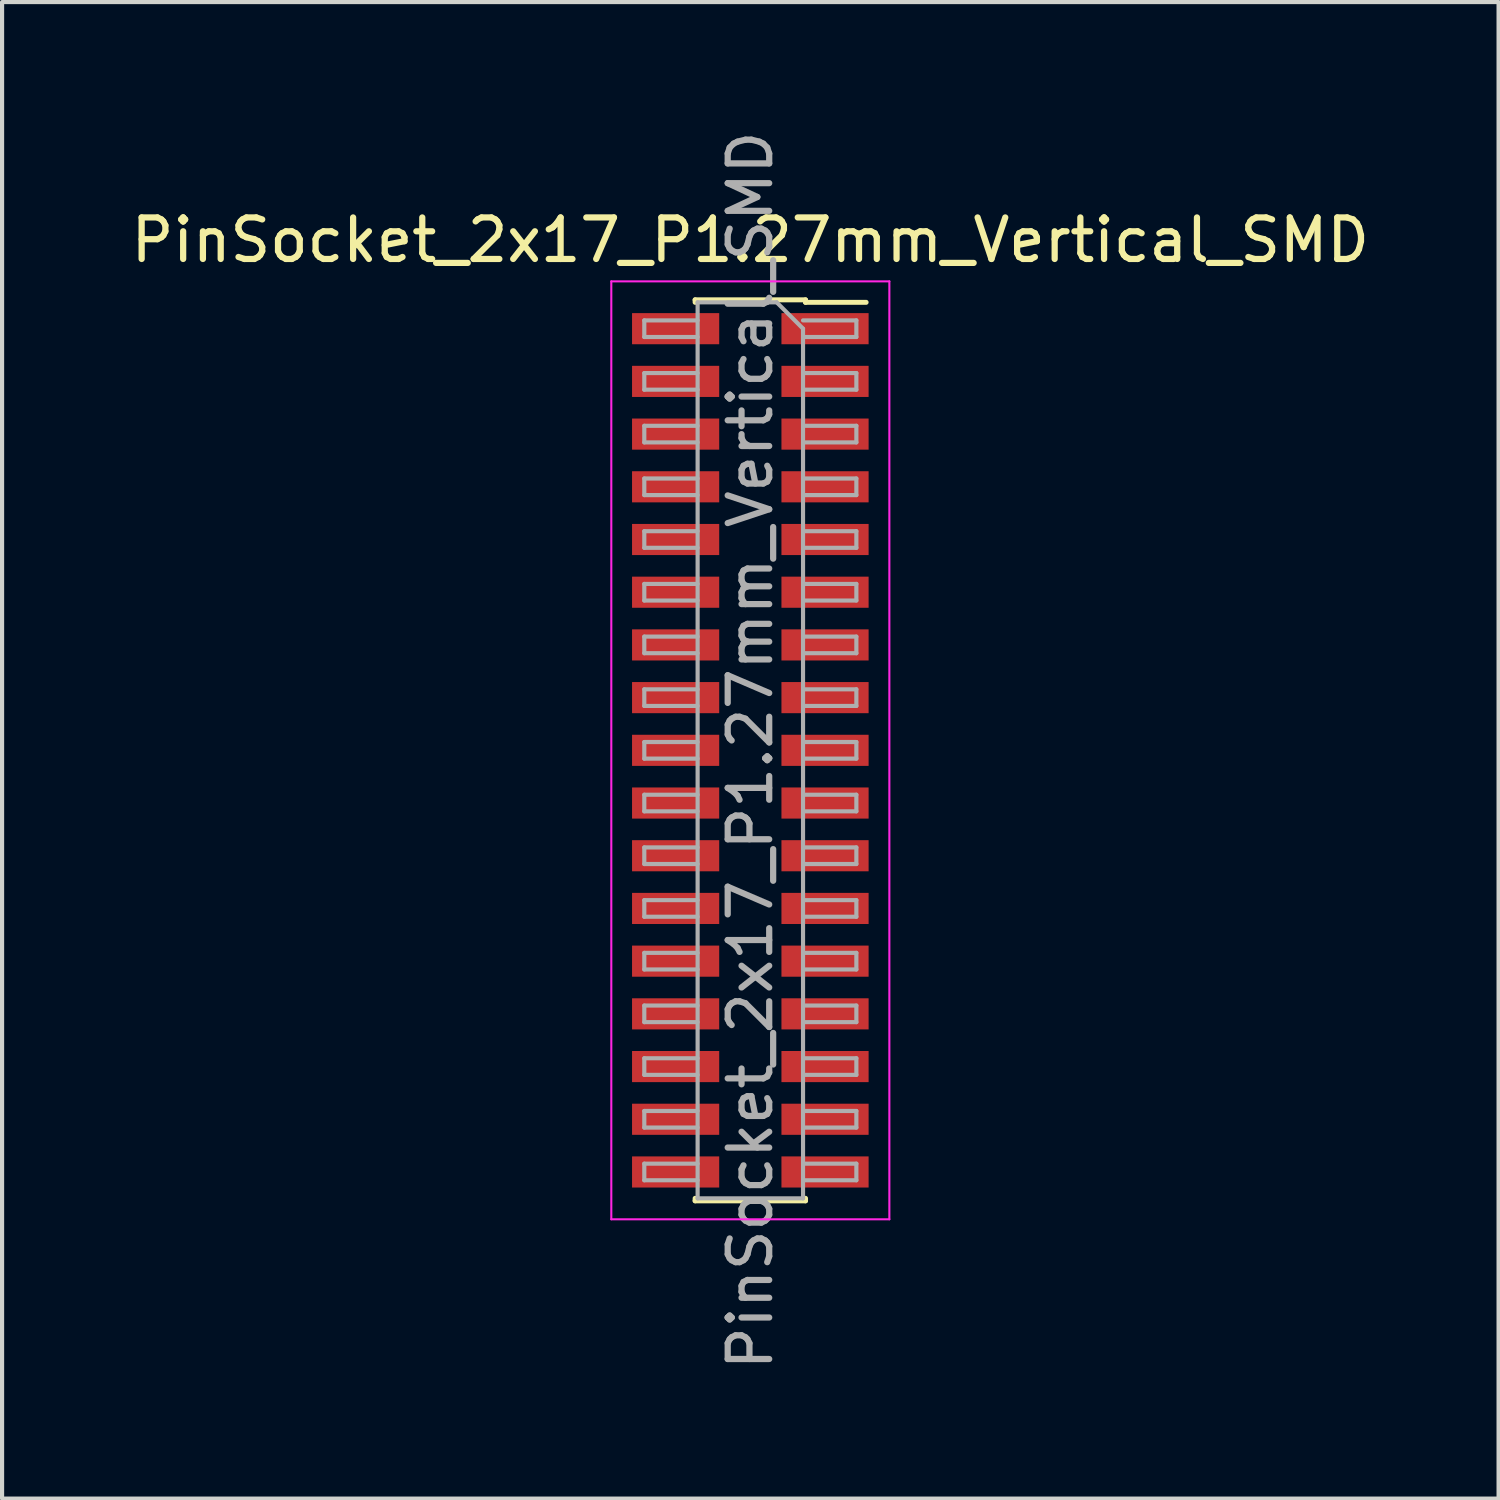
<source format=kicad_pcb>
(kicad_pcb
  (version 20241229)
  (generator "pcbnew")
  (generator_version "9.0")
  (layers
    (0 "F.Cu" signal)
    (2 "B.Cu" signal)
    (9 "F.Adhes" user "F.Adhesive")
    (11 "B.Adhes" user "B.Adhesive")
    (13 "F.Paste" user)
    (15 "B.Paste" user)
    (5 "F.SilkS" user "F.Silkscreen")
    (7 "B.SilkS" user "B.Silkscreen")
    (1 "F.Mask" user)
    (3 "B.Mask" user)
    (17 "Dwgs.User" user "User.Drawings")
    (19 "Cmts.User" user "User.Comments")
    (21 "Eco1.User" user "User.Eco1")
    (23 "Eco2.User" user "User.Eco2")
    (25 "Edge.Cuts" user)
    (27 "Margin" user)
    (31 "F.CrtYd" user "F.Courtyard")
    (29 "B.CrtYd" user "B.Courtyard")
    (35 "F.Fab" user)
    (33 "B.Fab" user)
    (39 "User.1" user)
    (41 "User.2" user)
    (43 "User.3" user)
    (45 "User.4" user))
  (footprint "PinSocket_2x17_P1.27mm_Vertical_SMD"
    (layer "F.Cu")
    (at 15.03 15.03)
    (property "Reference" "PinSocket_2x17_P1.27mm_Vertical_SMD" (at 0 -12.295 0) (layer "F.SilkS") (effects (font (size 1 1) (thickness 0.15))))
    (attr smd)
    (fp_line (start -1.33 -10.855) (end -1.33 -10.795) (stroke (width 0.12) (type solid)) (layer "F.SilkS"))
    (fp_line (start -1.33 -10.855) (end 1.33 -10.855) (stroke (width 0.12) (type solid)) (layer "F.SilkS"))
    (fp_line (start -1.33 10.795) (end -1.33 10.855) (stroke (width 0.12) (type solid)) (layer "F.SilkS"))
    (fp_line (start -1.33 10.855) (end 1.33 10.855) (stroke (width 0.12) (type solid)) (layer "F.SilkS"))
    (fp_line (start 1.33 -10.855) (end 1.33 -10.795) (stroke (width 0.12) (type solid)) (layer "F.SilkS"))
    (fp_line (start 1.33 -10.795) (end 2.79 -10.795) (stroke (width 0.12) (type solid)) (layer "F.SilkS"))
    (fp_line (start 1.33 10.795) (end 1.33 10.855) (stroke (width 0.12) (type solid)) (layer "F.SilkS"))
    (fp_line (start -3.35 -11.3) (end 3.35 -11.3) (stroke (width 0.05) (type solid)) (layer "F.CrtYd"))
    (fp_line (start -3.35 11.3) (end -3.35 -11.3) (stroke (width 0.05) (type solid)) (layer "F.CrtYd"))
    (fp_line (start 3.35 -11.3) (end 3.35 11.3) (stroke (width 0.05) (type solid)) (layer "F.CrtYd"))
    (fp_line (start 3.35 11.3) (end -3.35 11.3) (stroke (width 0.05) (type solid)) (layer "F.CrtYd"))
    (fp_line (start -2.555 -10.36) (end -1.27 -10.36) (stroke (width 0.1) (type solid)) (layer "F.Fab"))
    (fp_line (start -2.555 -9.96) (end -2.555 -10.36) (stroke (width 0.1) (type solid)) (layer "F.Fab"))
    (fp_line (start -2.555 -9.09) (end -1.27 -9.09) (stroke (width 0.1) (type solid)) (layer "F.Fab"))
    (fp_line (start -2.555 -8.69) (end -2.555 -9.09) (stroke (width 0.1) (type solid)) (layer "F.Fab"))
    (fp_line (start -2.555 -7.82) (end -1.27 -7.82) (stroke (width 0.1) (type solid)) (layer "F.Fab"))
    (fp_line (start -2.555 -7.42) (end -2.555 -7.82) (stroke (width 0.1) (type solid)) (layer "F.Fab"))
    (fp_line (start -2.555 -6.55) (end -1.27 -6.55) (stroke (width 0.1) (type solid)) (layer "F.Fab"))
    (fp_line (start -2.555 -6.15) (end -2.555 -6.55) (stroke (width 0.1) (type solid)) (layer "F.Fab"))
    (fp_line (start -2.555 -5.28) (end -1.27 -5.28) (stroke (width 0.1) (type solid)) (layer "F.Fab"))
    (fp_line (start -2.555 -4.88) (end -2.555 -5.28) (stroke (width 0.1) (type solid)) (layer "F.Fab"))
    (fp_line (start -2.555 -4.01) (end -1.27 -4.01) (stroke (width 0.1) (type solid)) (layer "F.Fab"))
    (fp_line (start -2.555 -3.61) (end -2.555 -4.01) (stroke (width 0.1) (type solid)) (layer "F.Fab"))
    (fp_line (start -2.555 -2.74) (end -1.27 -2.74) (stroke (width 0.1) (type solid)) (layer "F.Fab"))
    (fp_line (start -2.555 -2.34) (end -2.555 -2.74) (stroke (width 0.1) (type solid)) (layer "F.Fab"))
    (fp_line (start -2.555 -1.47) (end -1.27 -1.47) (stroke (width 0.1) (type solid)) (layer "F.Fab"))
    (fp_line (start -2.555 -1.07) (end -2.555 -1.47) (stroke (width 0.1) (type solid)) (layer "F.Fab"))
    (fp_line (start -2.555 -0.2) (end -1.27 -0.2) (stroke (width 0.1) (type solid)) (layer "F.Fab"))
    (fp_line (start -2.555 0.2) (end -2.555 -0.2) (stroke (width 0.1) (type solid)) (layer "F.Fab"))
    (fp_line (start -2.555 1.07) (end -1.27 1.07) (stroke (width 0.1) (type solid)) (layer "F.Fab"))
    (fp_line (start -2.555 1.47) (end -2.555 1.07) (stroke (width 0.1) (type solid)) (layer "F.Fab"))
    (fp_line (start -2.555 2.34) (end -1.27 2.34) (stroke (width 0.1) (type solid)) (layer "F.Fab"))
    (fp_line (start -2.555 2.74) (end -2.555 2.34) (stroke (width 0.1) (type solid)) (layer "F.Fab"))
    (fp_line (start -2.555 3.61) (end -1.27 3.61) (stroke (width 0.1) (type solid)) (layer "F.Fab"))
    (fp_line (start -2.555 4.01) (end -2.555 3.61) (stroke (width 0.1) (type solid)) (layer "F.Fab"))
    (fp_line (start -2.555 4.88) (end -1.27 4.88) (stroke (width 0.1) (type solid)) (layer "F.Fab"))
    (fp_line (start -2.555 5.28) (end -2.555 4.88) (stroke (width 0.1) (type solid)) (layer "F.Fab"))
    (fp_line (start -2.555 6.15) (end -1.27 6.15) (stroke (width 0.1) (type solid)) (layer "F.Fab"))
    (fp_line (start -2.555 6.55) (end -2.555 6.15) (stroke (width 0.1) (type solid)) (layer "F.Fab"))
    (fp_line (start -2.555 7.42) (end -1.27 7.42) (stroke (width 0.1) (type solid)) (layer "F.Fab"))
    (fp_line (start -2.555 7.82) (end -2.555 7.42) (stroke (width 0.1) (type solid)) (layer "F.Fab"))
    (fp_line (start -2.555 8.69) (end -1.27 8.69) (stroke (width 0.1) (type solid)) (layer "F.Fab"))
    (fp_line (start -2.555 9.09) (end -2.555 8.69) (stroke (width 0.1) (type solid)) (layer "F.Fab"))
    (fp_line (start -2.555 9.96) (end -1.27 9.96) (stroke (width 0.1) (type solid)) (layer "F.Fab"))
    (fp_line (start -2.555 10.36) (end -2.555 9.96) (stroke (width 0.1) (type solid)) (layer "F.Fab"))
    (fp_line (start -1.27 -10.795) (end 0.635 -10.795) (stroke (width 0.1) (type solid)) (layer "F.Fab"))
    (fp_line (start -1.27 -9.96) (end -2.555 -9.96) (stroke (width 0.1) (type solid)) (layer "F.Fab"))
    (fp_line (start -1.27 -8.69) (end -2.555 -8.69) (stroke (width 0.1) (type solid)) (layer "F.Fab"))
    (fp_line (start -1.27 -7.42) (end -2.555 -7.42) (stroke (width 0.1) (type solid)) (layer "F.Fab"))
    (fp_line (start -1.27 -6.15) (end -2.555 -6.15) (stroke (width 0.1) (type solid)) (layer "F.Fab"))
    (fp_line (start -1.27 -4.88) (end -2.555 -4.88) (stroke (width 0.1) (type solid)) (layer "F.Fab"))
    (fp_line (start -1.27 -3.61) (end -2.555 -3.61) (stroke (width 0.1) (type solid)) (layer "F.Fab"))
    (fp_line (start -1.27 -2.34) (end -2.555 -2.34) (stroke (width 0.1) (type solid)) (layer "F.Fab"))
    (fp_line (start -1.27 -1.07) (end -2.555 -1.07) (stroke (width 0.1) (type solid)) (layer "F.Fab"))
    (fp_line (start -1.27 0.2) (end -2.555 0.2) (stroke (width 0.1) (type solid)) (layer "F.Fab"))
    (fp_line (start -1.27 1.47) (end -2.555 1.47) (stroke (width 0.1) (type solid)) (layer "F.Fab"))
    (fp_line (start -1.27 2.74) (end -2.555 2.74) (stroke (width 0.1) (type solid)) (layer "F.Fab"))
    (fp_line (start -1.27 4.01) (end -2.555 4.01) (stroke (width 0.1) (type solid)) (layer "F.Fab"))
    (fp_line (start -1.27 5.28) (end -2.555 5.28) (stroke (width 0.1) (type solid)) (layer "F.Fab"))
    (fp_line (start -1.27 6.55) (end -2.555 6.55) (stroke (width 0.1) (type solid)) (layer "F.Fab"))
    (fp_line (start -1.27 7.82) (end -2.555 7.82) (stroke (width 0.1) (type solid)) (layer "F.Fab"))
    (fp_line (start -1.27 9.09) (end -2.555 9.09) (stroke (width 0.1) (type solid)) (layer "F.Fab"))
    (fp_line (start -1.27 10.36) (end -2.555 10.36) (stroke (width 0.1) (type solid)) (layer "F.Fab"))
    (fp_line (start -1.27 10.795) (end -1.27 -10.795) (stroke (width 0.1) (type solid)) (layer "F.Fab"))
    (fp_line (start 0.635 -10.795) (end 1.27 -10.16) (stroke (width 0.1) (type solid)) (layer "F.Fab"))
    (fp_line (start 1.27 -10.36) (end 2.555 -10.36) (stroke (width 0.1) (type solid)) (layer "F.Fab"))
    (fp_line (start 1.27 -10.16) (end 1.27 10.795) (stroke (width 0.1) (type solid)) (layer "F.Fab"))
    (fp_line (start 1.27 -9.09) (end 2.555 -9.09) (stroke (width 0.1) (type solid)) (layer "F.Fab"))
    (fp_line (start 1.27 -7.82) (end 2.555 -7.82) (stroke (width 0.1) (type solid)) (layer "F.Fab"))
    (fp_line (start 1.27 -6.55) (end 2.555 -6.55) (stroke (width 0.1) (type solid)) (layer "F.Fab"))
    (fp_line (start 1.27 -5.28) (end 2.555 -5.28) (stroke (width 0.1) (type solid)) (layer "F.Fab"))
    (fp_line (start 1.27 -4.01) (end 2.555 -4.01) (stroke (width 0.1) (type solid)) (layer "F.Fab"))
    (fp_line (start 1.27 -2.74) (end 2.555 -2.74) (stroke (width 0.1) (type solid)) (layer "F.Fab"))
    (fp_line (start 1.27 -1.47) (end 2.555 -1.47) (stroke (width 0.1) (type solid)) (layer "F.Fab"))
    (fp_line (start 1.27 -0.2) (end 2.555 -0.2) (stroke (width 0.1) (type solid)) (layer "F.Fab"))
    (fp_line (start 1.27 1.07) (end 2.555 1.07) (stroke (width 0.1) (type solid)) (layer "F.Fab"))
    (fp_line (start 1.27 2.34) (end 2.555 2.34) (stroke (width 0.1) (type solid)) (layer "F.Fab"))
    (fp_line (start 1.27 3.61) (end 2.555 3.61) (stroke (width 0.1) (type solid)) (layer "F.Fab"))
    (fp_line (start 1.27 4.88) (end 2.555 4.88) (stroke (width 0.1) (type solid)) (layer "F.Fab"))
    (fp_line (start 1.27 6.15) (end 2.555 6.15) (stroke (width 0.1) (type solid)) (layer "F.Fab"))
    (fp_line (start 1.27 7.42) (end 2.555 7.42) (stroke (width 0.1) (type solid)) (layer "F.Fab"))
    (fp_line (start 1.27 8.69) (end 2.555 8.69) (stroke (width 0.1) (type solid)) (layer "F.Fab"))
    (fp_line (start 1.27 9.96) (end 2.555 9.96) (stroke (width 0.1) (type solid)) (layer "F.Fab"))
    (fp_line (start 1.27 10.795) (end -1.27 10.795) (stroke (width 0.1) (type solid)) (layer "F.Fab"))
    (fp_line (start 2.555 -10.36) (end 2.555 -9.96) (stroke (width 0.1) (type solid)) (layer "F.Fab"))
    (fp_line (start 2.555 -9.96) (end 1.27 -9.96) (stroke (width 0.1) (type solid)) (layer "F.Fab"))
    (fp_line (start 2.555 -9.09) (end 2.555 -8.69) (stroke (width 0.1) (type solid)) (layer "F.Fab"))
    (fp_line (start 2.555 -8.69) (end 1.27 -8.69) (stroke (width 0.1) (type solid)) (layer "F.Fab"))
    (fp_line (start 2.555 -7.82) (end 2.555 -7.42) (stroke (width 0.1) (type solid)) (layer "F.Fab"))
    (fp_line (start 2.555 -7.42) (end 1.27 -7.42) (stroke (width 0.1) (type solid)) (layer "F.Fab"))
    (fp_line (start 2.555 -6.55) (end 2.555 -6.15) (stroke (width 0.1) (type solid)) (layer "F.Fab"))
    (fp_line (start 2.555 -6.15) (end 1.27 -6.15) (stroke (width 0.1) (type solid)) (layer "F.Fab"))
    (fp_line (start 2.555 -5.28) (end 2.555 -4.88) (stroke (width 0.1) (type solid)) (layer "F.Fab"))
    (fp_line (start 2.555 -4.88) (end 1.27 -4.88) (stroke (width 0.1) (type solid)) (layer "F.Fab"))
    (fp_line (start 2.555 -4.01) (end 2.555 -3.61) (stroke (width 0.1) (type solid)) (layer "F.Fab"))
    (fp_line (start 2.555 -3.61) (end 1.27 -3.61) (stroke (width 0.1) (type solid)) (layer "F.Fab"))
    (fp_line (start 2.555 -2.74) (end 2.555 -2.34) (stroke (width 0.1) (type solid)) (layer "F.Fab"))
    (fp_line (start 2.555 -2.34) (end 1.27 -2.34) (stroke (width 0.1) (type solid)) (layer "F.Fab"))
    (fp_line (start 2.555 -1.47) (end 2.555 -1.07) (stroke (width 0.1) (type solid)) (layer "F.Fab"))
    (fp_line (start 2.555 -1.07) (end 1.27 -1.07) (stroke (width 0.1) (type solid)) (layer "F.Fab"))
    (fp_line (start 2.555 -0.2) (end 2.555 0.2) (stroke (width 0.1) (type solid)) (layer "F.Fab"))
    (fp_line (start 2.555 0.2) (end 1.27 0.2) (stroke (width 0.1) (type solid)) (layer "F.Fab"))
    (fp_line (start 2.555 1.07) (end 2.555 1.47) (stroke (width 0.1) (type solid)) (layer "F.Fab"))
    (fp_line (start 2.555 1.47) (end 1.27 1.47) (stroke (width 0.1) (type solid)) (layer "F.Fab"))
    (fp_line (start 2.555 2.34) (end 2.555 2.74) (stroke (width 0.1) (type solid)) (layer "F.Fab"))
    (fp_line (start 2.555 2.74) (end 1.27 2.74) (stroke (width 0.1) (type solid)) (layer "F.Fab"))
    (fp_line (start 2.555 3.61) (end 2.555 4.01) (stroke (width 0.1) (type solid)) (layer "F.Fab"))
    (fp_line (start 2.555 4.01) (end 1.27 4.01) (stroke (width 0.1) (type solid)) (layer "F.Fab"))
    (fp_line (start 2.555 4.88) (end 2.555 5.28) (stroke (width 0.1) (type solid)) (layer "F.Fab"))
    (fp_line (start 2.555 5.28) (end 1.27 5.28) (stroke (width 0.1) (type solid)) (layer "F.Fab"))
    (fp_line (start 2.555 6.15) (end 2.555 6.55) (stroke (width 0.1) (type solid)) (layer "F.Fab"))
    (fp_line (start 2.555 6.55) (end 1.27 6.55) (stroke (width 0.1) (type solid)) (layer "F.Fab"))
    (fp_line (start 2.555 7.42) (end 2.555 7.82) (stroke (width 0.1) (type solid)) (layer "F.Fab"))
    (fp_line (start 2.555 7.82) (end 1.27 7.82) (stroke (width 0.1) (type solid)) (layer "F.Fab"))
    (fp_line (start 2.555 8.69) (end 2.555 9.09) (stroke (width 0.1) (type solid)) (layer "F.Fab"))
    (fp_line (start 2.555 9.09) (end 1.27 9.09) (stroke (width 0.1) (type solid)) (layer "F.Fab"))
    (fp_line (start 2.555 9.96) (end 2.555 10.36) (stroke (width 0.1) (type solid)) (layer "F.Fab"))
    (fp_line (start 2.555 10.36) (end 1.27 10.36) (stroke (width 0.1) (type solid)) (layer "F.Fab"))
    (fp_text user "${REFERENCE}" (at 0 0 90) (layer "F.Fab") (effects (font (size 1 1) (thickness 0.15))))
    (pad "1" smd rect (at 1.8 -10.16) (size 2.1 0.75) (layers "F.Cu" "F.Mask" "F.Paste"))
    (pad "2" smd rect (at -1.8 -10.16) (size 2.1 0.75) (layers "F.Cu" "F.Mask" "F.Paste"))
    (pad "3" smd rect (at 1.8 -8.89) (size 2.1 0.75) (layers "F.Cu" "F.Mask" "F.Paste"))
    (pad "4" smd rect (at -1.8 -8.89) (size 2.1 0.75) (layers "F.Cu" "F.Mask" "F.Paste"))
    (pad "5" smd rect (at 1.8 -7.62) (size 2.1 0.75) (layers "F.Cu" "F.Mask" "F.Paste"))
    (pad "6" smd rect (at -1.8 -7.62) (size 2.1 0.75) (layers "F.Cu" "F.Mask" "F.Paste"))
    (pad "7" smd rect (at 1.8 -6.35) (size 2.1 0.75) (layers "F.Cu" "F.Mask" "F.Paste"))
    (pad "8" smd rect (at -1.8 -6.35) (size 2.1 0.75) (layers "F.Cu" "F.Mask" "F.Paste"))
    (pad "9" smd rect (at 1.8 -5.08) (size 2.1 0.75) (layers "F.Cu" "F.Mask" "F.Paste"))
    (pad "10" smd rect (at -1.8 -5.08) (size 2.1 0.75) (layers "F.Cu" "F.Mask" "F.Paste"))
    (pad "11" smd rect (at 1.8 -3.81) (size 2.1 0.75) (layers "F.Cu" "F.Mask" "F.Paste"))
    (pad "12" smd rect (at -1.8 -3.81) (size 2.1 0.75) (layers "F.Cu" "F.Mask" "F.Paste"))
    (pad "13" smd rect (at 1.8 -2.54) (size 2.1 0.75) (layers "F.Cu" "F.Mask" "F.Paste"))
    (pad "14" smd rect (at -1.8 -2.54) (size 2.1 0.75) (layers "F.Cu" "F.Mask" "F.Paste"))
    (pad "15" smd rect (at 1.8 -1.27) (size 2.1 0.75) (layers "F.Cu" "F.Mask" "F.Paste"))
    (pad "16" smd rect (at -1.8 -1.27) (size 2.1 0.75) (layers "F.Cu" "F.Mask" "F.Paste"))
    (pad "17" smd rect (at 1.8 0) (size 2.1 0.75) (layers "F.Cu" "F.Mask" "F.Paste"))
    (pad "18" smd rect (at -1.8 0) (size 2.1 0.75) (layers "F.Cu" "F.Mask" "F.Paste"))
    (pad "19" smd rect (at 1.8 1.27) (size 2.1 0.75) (layers "F.Cu" "F.Mask" "F.Paste"))
    (pad "20" smd rect (at -1.8 1.27) (size 2.1 0.75) (layers "F.Cu" "F.Mask" "F.Paste"))
    (pad "21" smd rect (at 1.8 2.54) (size 2.1 0.75) (layers "F.Cu" "F.Mask" "F.Paste"))
    (pad "22" smd rect (at -1.8 2.54) (size 2.1 0.75) (layers "F.Cu" "F.Mask" "F.Paste"))
    (pad "23" smd rect (at 1.8 3.81) (size 2.1 0.75) (layers "F.Cu" "F.Mask" "F.Paste"))
    (pad "24" smd rect (at -1.8 3.81) (size 2.1 0.75) (layers "F.Cu" "F.Mask" "F.Paste"))
    (pad "25" smd rect (at 1.8 5.08) (size 2.1 0.75) (layers "F.Cu" "F.Mask" "F.Paste"))
    (pad "26" smd rect (at -1.8 5.08) (size 2.1 0.75) (layers "F.Cu" "F.Mask" "F.Paste"))
    (pad "27" smd rect (at 1.8 6.35) (size 2.1 0.75) (layers "F.Cu" "F.Mask" "F.Paste"))
    (pad "28" smd rect (at -1.8 6.35) (size 2.1 0.75) (layers "F.Cu" "F.Mask" "F.Paste"))
    (pad "29" smd rect (at 1.8 7.62) (size 2.1 0.75) (layers "F.Cu" "F.Mask" "F.Paste"))
    (pad "30" smd rect (at -1.8 7.62) (size 2.1 0.75) (layers "F.Cu" "F.Mask" "F.Paste"))
    (pad "31" smd rect (at 1.8 8.89) (size 2.1 0.75) (layers "F.Cu" "F.Mask" "F.Paste"))
    (pad "32" smd rect (at -1.8 8.89) (size 2.1 0.75) (layers "F.Cu" "F.Mask" "F.Paste"))
    (pad "33" smd rect (at 1.8 10.16) (size 2.1 0.75) (layers "F.Cu" "F.Mask" "F.Paste"))
    (pad "34" smd rect (at -1.8 10.16) (size 2.1 0.75) (layers "F.Cu" "F.Mask" "F.Paste")))
  (gr_rect
    (start -3 -3)
    (end 33.06 33.06)
    (stroke (width 0.1) (type default))
    (fill no)
    (layer "Edge.Cuts")))
</source>
